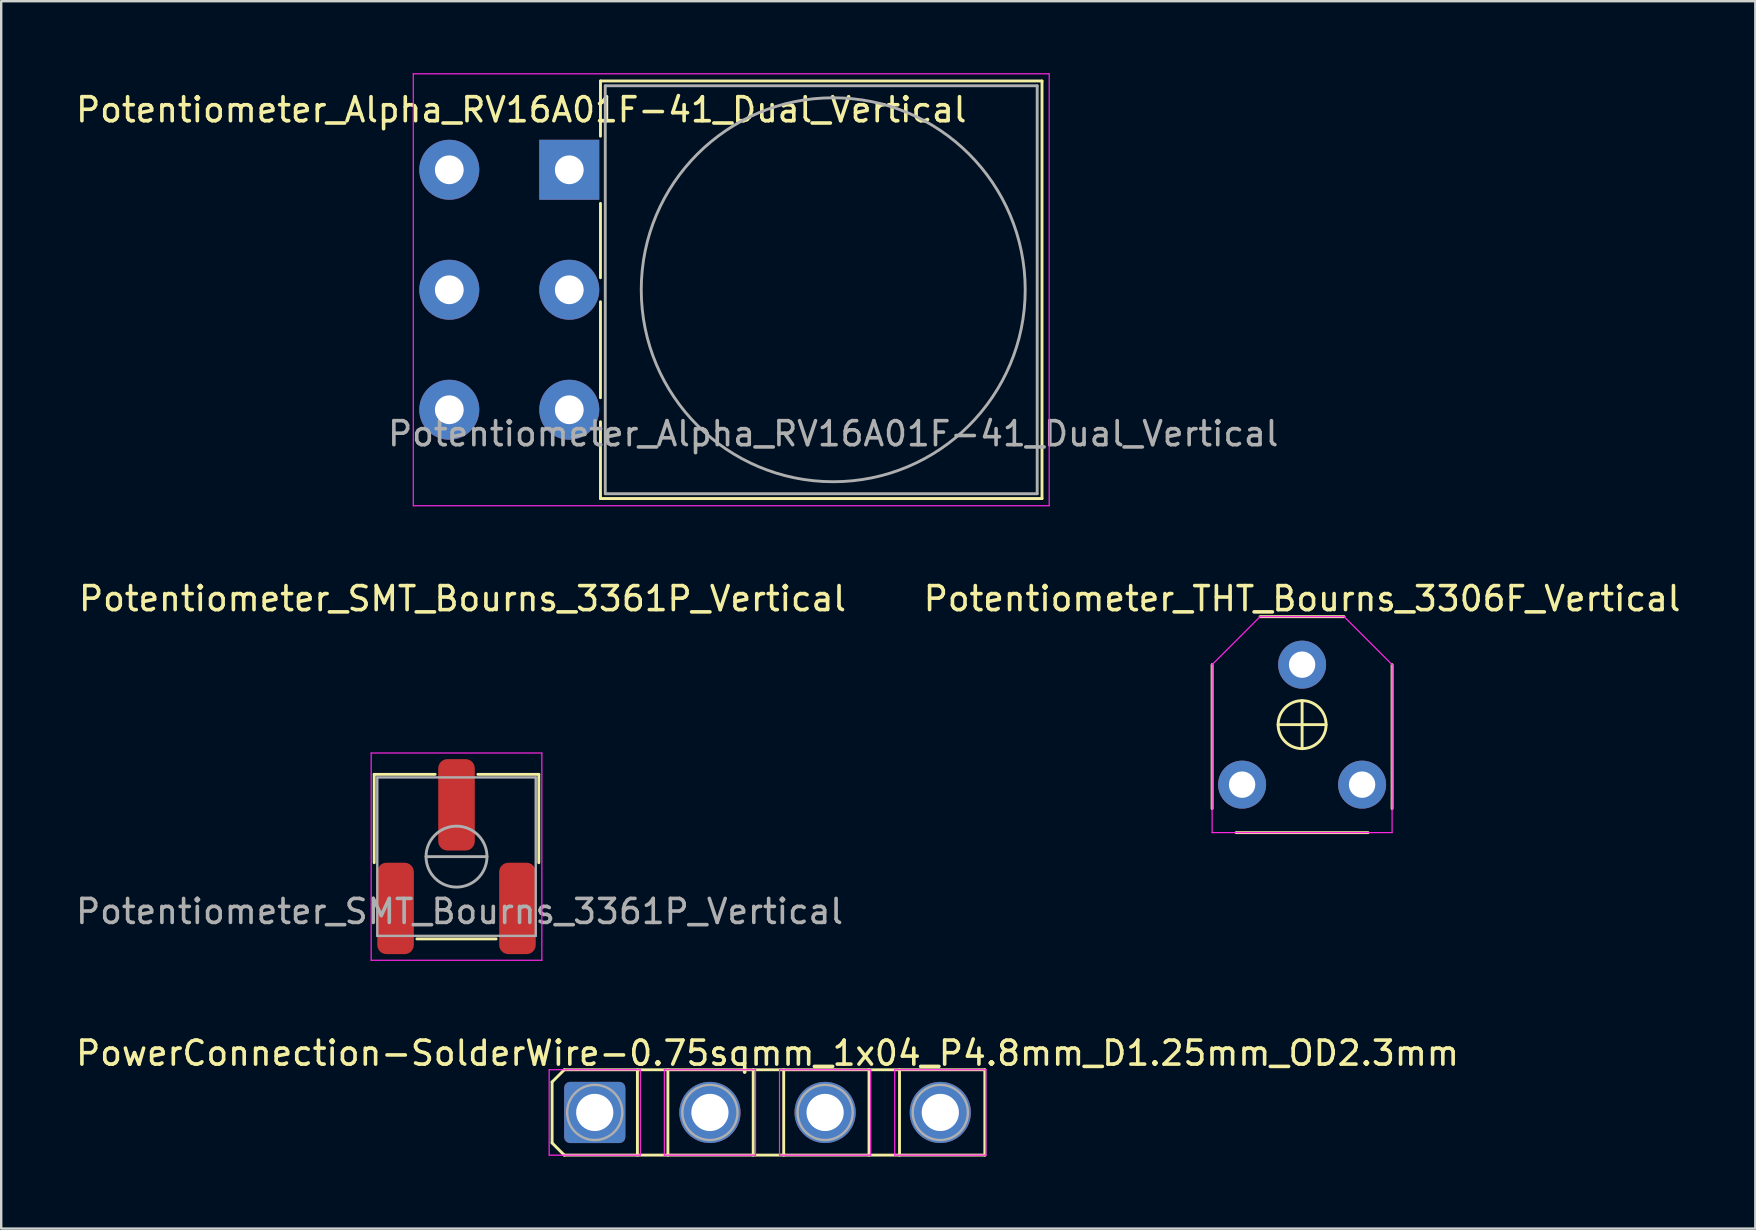
<source format=kicad_pcb>
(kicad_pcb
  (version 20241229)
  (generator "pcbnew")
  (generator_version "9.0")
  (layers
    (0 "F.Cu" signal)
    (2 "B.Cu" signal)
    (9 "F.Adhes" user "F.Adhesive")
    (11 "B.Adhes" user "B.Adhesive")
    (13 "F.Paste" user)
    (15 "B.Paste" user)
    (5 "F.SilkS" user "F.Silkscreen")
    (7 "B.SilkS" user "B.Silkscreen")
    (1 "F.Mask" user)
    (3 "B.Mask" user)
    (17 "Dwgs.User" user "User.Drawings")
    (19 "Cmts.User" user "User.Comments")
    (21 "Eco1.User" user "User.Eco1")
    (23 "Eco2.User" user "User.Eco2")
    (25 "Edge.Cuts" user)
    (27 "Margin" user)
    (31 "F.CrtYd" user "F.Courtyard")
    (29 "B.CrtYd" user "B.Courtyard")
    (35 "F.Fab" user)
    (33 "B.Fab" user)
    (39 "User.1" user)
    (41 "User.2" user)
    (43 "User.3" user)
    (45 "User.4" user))
  (footprint "Potentiometer_THT_Bourns_3306F_Vertical"
    (layer "F.Cu")
    (at 51.212 27.148)
    (property "Reference" "Potentiometer_THT_Bourns_3306F_Vertical" (at 0 -5.25 0) (layer "F.SilkS") (effects (font (size 1 1) (thickness 0.15))))
    (attr through_hole)
    (fp_line (start -3.75 -2.5) (end -3.75 3.5) (stroke (width 0.12) (type solid)) (layer "F.SilkS"))
    (fp_line (start -2.75 4.5) (end 2.75 4.5) (stroke (width 0.12) (type solid)) (layer "F.SilkS"))
    (fp_line (start -1.75 -4.5) (end 1.75 -4.5) (stroke (width 0.12) (type solid)) (layer "F.SilkS"))
    (fp_line (start 0 -1) (end 0 1) (stroke (width 0.12) (type solid)) (layer "F.SilkS"))
    (fp_line (start 1 0) (end -1 0) (stroke (width 0.12) (type solid)) (layer "F.SilkS"))
    (fp_line (start 3.75 3.5) (end 3.75 -2.5) (stroke (width 0.12) (type solid)) (layer "F.SilkS"))
    (fp_circle (center 0 0) (end 1 0) (stroke (width 0.12) (type solid)) (fill no) (layer "F.SilkS"))
    (fp_line (start -3.75 -2.5) (end -3.75 4.5) (stroke (width 0.05) (type solid)) (layer "F.CrtYd"))
    (fp_line (start -3.75 4.5) (end 3.75 4.5) (stroke (width 0.05) (type solid)) (layer "F.CrtYd"))
    (fp_line (start -1.75 -4.5) (end -3.75 -2.5) (stroke (width 0.05) (type solid)) (layer "F.CrtYd"))
    (fp_line (start -1.75 -4.5) (end 1.75 -4.5) (stroke (width 0.05) (type solid)) (layer "F.CrtYd"))
    (fp_line (start 1.75 -4.5) (end 3.75 -2.5) (stroke (width 0.05) (type solid)) (layer "F.CrtYd"))
    (fp_line (start 3.75 -2.5) (end 3.75 4.5) (stroke (width 0.05) (type solid)) (layer "F.CrtYd"))
    (pad "1" thru_hole circle (at -2.5 2.5) (size 2 2) (drill 1.1) (layers "*.Cu" "*.Mask"))
    (pad "2" thru_hole circle (at 0 -2.5) (size 2 2) (drill 1.1) (layers "*.Cu" "*.Mask"))
    (pad "3" thru_hole circle (at 2.5 2.5) (size 2 2) (drill 1.1) (layers "*.Cu" "*.Mask")))
  (footprint "Potentiometer_Alpha_RV16A01F-41_Dual_Vertical"
    (layer "F.Cu")
    (at 20.673 4.025)
    (property "Reference" "Potentiometer_Alpha_RV16A01F-41_Dual_Vertical" (at -2 -2.5 180) (layer "F.SilkS") (effects (font (size 1 1) (thickness 0.15))))
    (attr through_hole)
    (fp_line (start 1.3 -3.7) (end 1.3 -1.4) (stroke (width 0.12) (type solid)) (layer "F.SilkS"))
    (fp_line (start 1.3 -3.7) (end 19.7 -3.7) (stroke (width 0.12) (type solid)) (layer "F.SilkS"))
    (fp_line (start 1.3 1.4) (end 1.3 4.5) (stroke (width 0.12) (type solid)) (layer "F.SilkS"))
    (fp_line (start 1.3 5.5) (end 1.3 9.5) (stroke (width 0.12) (type solid)) (layer "F.SilkS"))
    (fp_line (start 1.3 10.5) (end 1.3 13.7) (stroke (width 0.12) (type solid)) (layer "F.SilkS"))
    (fp_line (start 19.7 -3.7) (end 19.7 13.7) (stroke (width 0.12) (type solid)) (layer "F.SilkS"))
    (fp_line (start 19.7 13.7) (end 1.3 13.7) (stroke (width 0.12) (type solid)) (layer "F.SilkS"))
    (fp_line (start -6.5 -4) (end 20 -4) (stroke (width 0.05) (type solid)) (layer "F.CrtYd"))
    (fp_line (start -6.5 14) (end -6.5 -4) (stroke (width 0.05) (type solid)) (layer "F.CrtYd"))
    (fp_line (start 20 -4) (end 20 14) (stroke (width 0.05) (type solid)) (layer "F.CrtYd"))
    (fp_line (start 20 14) (end -6.5 14) (stroke (width 0.05) (type solid)) (layer "F.CrtYd"))
    (fp_line (start 1.5 -3.5) (end 19.5 -3.5) (stroke (width 0.12) (type solid)) (layer "F.Fab"))
    (fp_line (start 1.5 13.5) (end 1.5 -3.5) (stroke (width 0.12) (type solid)) (layer "F.Fab"))
    (fp_line (start 19.5 -3.5) (end 19.5 13.5) (stroke (width 0.12) (type solid)) (layer "F.Fab"))
    (fp_line (start 19.5 13.5) (end 1.5 13.5) (stroke (width 0.12) (type solid)) (layer "F.Fab"))
    (fp_circle (center 11 5) (end 11 13) (stroke (width 0.12) (type solid)) (fill no) (layer "F.Fab"))
    (fp_text user "${REFERENCE}" (at 11 11 0) (layer "F.Fab") (effects (font (size 1 1) (thickness 0.15))))
    (pad "1" thru_hole rect (at 0 0) (size 2.5 2.5) (drill 1.2) (layers "*.Cu" "*.Mask"))
    (pad "2" thru_hole circle (at 0 5) (size 2.5 2.5) (drill 1.2) (layers "*.Cu" "*.Mask"))
    (pad "3" thru_hole circle (at 0 10) (size 2.5 2.5) (drill 1.2) (layers "*.Cu" "*.Mask"))
    (pad "4" thru_hole circle (at -5 0) (size 2.5 2.5) (drill 1.2) (layers "*.Cu" "*.Mask"))
    (pad "5" thru_hole circle (at -5 5) (size 2.5 2.5) (drill 1.2) (layers "*.Cu" "*.Mask"))
    (pad "6" thru_hole circle (at -5 10) (size 2.5 2.5) (drill 1.2) (layers "*.Cu" "*.Mask")))
  (footprint "PowerConnection-SolderWire-0.75sqmm_1x04_P4.8mm_D1.25mm_OD2.3mm"
    (layer "F.Cu")
    (at 21.735 43.309)
    (property "Reference" "PowerConnection-SolderWire-0.75sqmm_1x04_P4.8mm_D1.25mm_OD2.3mm" (at 7.2 -2.47 0) (layer "F.SilkS") (effects (font (size 1 1) (thickness 0.15))))
    (attr exclude_from_pos_files exclude_from_bom)
    (fp_line (start -1.778 -1.27) (end -1.27 -1.778) (stroke (width 0.12) (type solid)) (layer "F.SilkS"))
    (fp_line (start -1.778 1.27) (end -1.778 -1.27) (stroke (width 0.12) (type solid)) (layer "F.SilkS"))
    (fp_line (start -1.27 -1.778) (end 16.256 -1.778) (stroke (width 0.12) (type solid)) (layer "F.SilkS"))
    (fp_line (start -1.27 1.778) (end -1.778 1.27) (stroke (width 0.12) (type solid)) (layer "F.SilkS"))
    (fp_line (start 1.778 -1.778) (end 1.778 1.778) (stroke (width 0.12) (type solid)) (layer "F.SilkS"))
    (fp_line (start 3.048 -1.778) (end 3.048 1.778) (stroke (width 0.12) (type solid)) (layer "F.SilkS"))
    (fp_line (start 6.604 -1.778) (end 6.604 1.778) (stroke (width 0.12) (type solid)) (layer "F.SilkS"))
    (fp_line (start 7.874 -1.778) (end 7.874 1.778) (stroke (width 0.12) (type solid)) (layer "F.SilkS"))
    (fp_line (start 11.43 -1.778) (end 11.43 1.778) (stroke (width 0.12) (type solid)) (layer "F.SilkS"))
    (fp_line (start 12.7 -1.778) (end 12.7 1.778) (stroke (width 0.12) (type solid)) (layer "F.SilkS"))
    (fp_line (start 16.256 -1.778) (end 16.256 1.778) (stroke (width 0.12) (type solid)) (layer "F.SilkS"))
    (fp_line (start 16.256 1.778) (end -1.27 1.778) (stroke (width 0.12) (type solid)) (layer "F.SilkS"))
    (fp_line (start -1.9 -1.78) (end -1.9 1.78) (stroke (width 0.05) (type solid)) (layer "F.CrtYd"))
    (fp_line (start -1.9 1.78) (end 1.9 1.78) (stroke (width 0.05) (type solid)) (layer "F.CrtYd"))
    (fp_line (start 1.9 -1.78) (end -1.9 -1.78) (stroke (width 0.05) (type solid)) (layer "F.CrtYd"))
    (fp_line (start 1.9 1.78) (end 1.9 -1.78) (stroke (width 0.05) (type solid)) (layer "F.CrtYd"))
    (fp_line (start 2.9 -1.78) (end 2.9 1.78) (stroke (width 0.05) (type solid)) (layer "F.CrtYd"))
    (fp_line (start 2.9 1.78) (end 6.7 1.78) (stroke (width 0.05) (type solid)) (layer "F.CrtYd"))
    (fp_line (start 6.7 -1.78) (end 2.9 -1.78) (stroke (width 0.05) (type solid)) (layer "F.CrtYd"))
    (fp_line (start 6.7 1.78) (end 6.7 -1.78) (stroke (width 0.05) (type solid)) (layer "F.CrtYd"))
    (fp_line (start 7.7 -1.78) (end 7.7 1.78) (stroke (width 0.05) (type solid)) (layer "F.CrtYd"))
    (fp_line (start 7.7 1.78) (end 11.5 1.78) (stroke (width 0.05) (type solid)) (layer "F.CrtYd"))
    (fp_line (start 11.5 -1.78) (end 7.7 -1.78) (stroke (width 0.05) (type solid)) (layer "F.CrtYd"))
    (fp_line (start 11.5 1.78) (end 11.5 -1.78) (stroke (width 0.05) (type solid)) (layer "F.CrtYd"))
    (fp_line (start 12.5 -1.78) (end 12.5 1.78) (stroke (width 0.05) (type solid)) (layer "F.CrtYd"))
    (fp_line (start 12.5 1.78) (end 16.3 1.78) (stroke (width 0.05) (type solid)) (layer "F.CrtYd"))
    (fp_line (start 16.3 -1.78) (end 12.5 -1.78) (stroke (width 0.05) (type solid)) (layer "F.CrtYd"))
    (fp_line (start 16.3 1.78) (end 16.3 -1.78) (stroke (width 0.05) (type solid)) (layer "F.CrtYd"))
    (fp_circle (center 0 0) (end 1.15 0) (stroke (width 0.1) (type solid)) (fill no) (layer "F.Fab"))
    (fp_circle (center 4.8 0) (end 5.95 0) (stroke (width 0.1) (type solid)) (fill no) (layer "F.Fab"))
    (fp_circle (center 9.6 0) (end 10.75 0) (stroke (width 0.1) (type solid)) (fill no) (layer "F.Fab"))
    (fp_circle (center 14.4 0) (end 15.55 0) (stroke (width 0.1) (type solid)) (fill no) (layer "F.Fab"))
    (pad "1" thru_hole roundrect (at 0 0) (size 2.55 2.55) (drill 1.55) (layers "*.Cu" "*.Mask") (roundrect_rratio 0.098))
    (pad "2" thru_hole circle (at 4.8 0) (size 2.55 2.55) (drill 1.55) (layers "*.Cu" "*.Mask"))
    (pad "3" thru_hole circle (at 9.6 0) (size 2.55 2.55) (drill 1.55) (layers "*.Cu" "*.Mask"))
    (pad "4" thru_hole circle (at 14.4 0) (size 2.55 2.55) (drill 1.55) (layers "*.Cu" "*.Mask")))
  (footprint "Potentiometer_SMT_Bourns_3361P_Vertical"
    (layer "F.Cu")
    (at 15.974 32.648)
    (property "Reference" "Potentiometer_SMT_Bourns_3361P_Vertical" (at 0.25 -10.75 0) (layer "F.SilkS") (effects (font (size 1 1) (thickness 0.15))))
    (attr through_hole)
    (fp_line (start -3.429 -3.429) (end -3.429 0.254) (stroke (width 0.12) (type solid)) (layer "F.SilkS"))
    (fp_line (start -1.651 3.429) (end 1.651 3.429) (stroke (width 0.12) (type solid)) (layer "F.SilkS"))
    (fp_line (start -0.889 -3.429) (end -3.429 -3.429) (stroke (width 0.12) (type solid)) (layer "F.SilkS"))
    (fp_line (start 0.889 -3.429) (end 3.429 -3.429) (stroke (width 0.12) (type solid)) (layer "F.SilkS"))
    (fp_line (start 3.429 -3.429) (end 3.429 0.254) (stroke (width 0.12) (type solid)) (layer "F.SilkS"))
    (fp_line (start -3.556 -4.318) (end -3.556 4.318) (stroke (width 0.05) (type solid)) (layer "F.CrtYd"))
    (fp_line (start -3.556 4.318) (end 3.556 4.318) (stroke (width 0.05) (type solid)) (layer "F.CrtYd"))
    (fp_line (start 3.556 -4.318) (end -3.556 -4.318) (stroke (width 0.05) (type solid)) (layer "F.CrtYd"))
    (fp_line (start 3.556 4.318) (end 3.556 -4.318) (stroke (width 0.05) (type solid)) (layer "F.CrtYd"))
    (fp_line (start -3.302 -3.302) (end 3.302 -3.302) (stroke (width 0.1) (type solid)) (layer "F.Fab"))
    (fp_line (start -3.302 3.302) (end -3.302 -3.302) (stroke (width 0.1) (type solid)) (layer "F.Fab"))
    (fp_line (start -1.27 0) (end 1.27 0) (stroke (width 0.12) (type solid)) (layer "F.Fab"))
    (fp_line (start 3.302 -3.302) (end 3.302 3.302) (stroke (width 0.1) (type solid)) (layer "F.Fab"))
    (fp_line (start 3.302 3.302) (end -3.302 3.302) (stroke (width 0.1) (type solid)) (layer "F.Fab"))
    (fp_circle (center 0 0) (end 1.27 0) (stroke (width 0.12) (type solid)) (fill no) (layer "F.Fab"))
    (fp_text user "${REFERENCE}" (at 0.127 2.286 0) (layer "F.Fab") (effects (font (size 1 1) (thickness 0.15))))
    (pad "1" smd roundrect (at -2.54 2.159) (size 1.524 3.81) (layers "F.Cu" "F.Mask" "F.Paste") (roundrect_rratio 0.25))
    (pad "2" smd roundrect (at 0 -2.159) (size 1.524 3.81) (layers "F.Cu" "F.Mask" "F.Paste") (roundrect_rratio 0.25))
    (pad "3" smd roundrect (at 2.54 2.159) (size 1.524 3.81) (layers "F.Cu" "F.Mask" "F.Paste") (roundrect_rratio 0.25)))
  (gr_rect
    (start -3 -3)
    (end 70.099 48.148)
    (stroke (width 0.1) (type default))
    (fill no)
    (layer "Edge.Cuts")))
</source>
